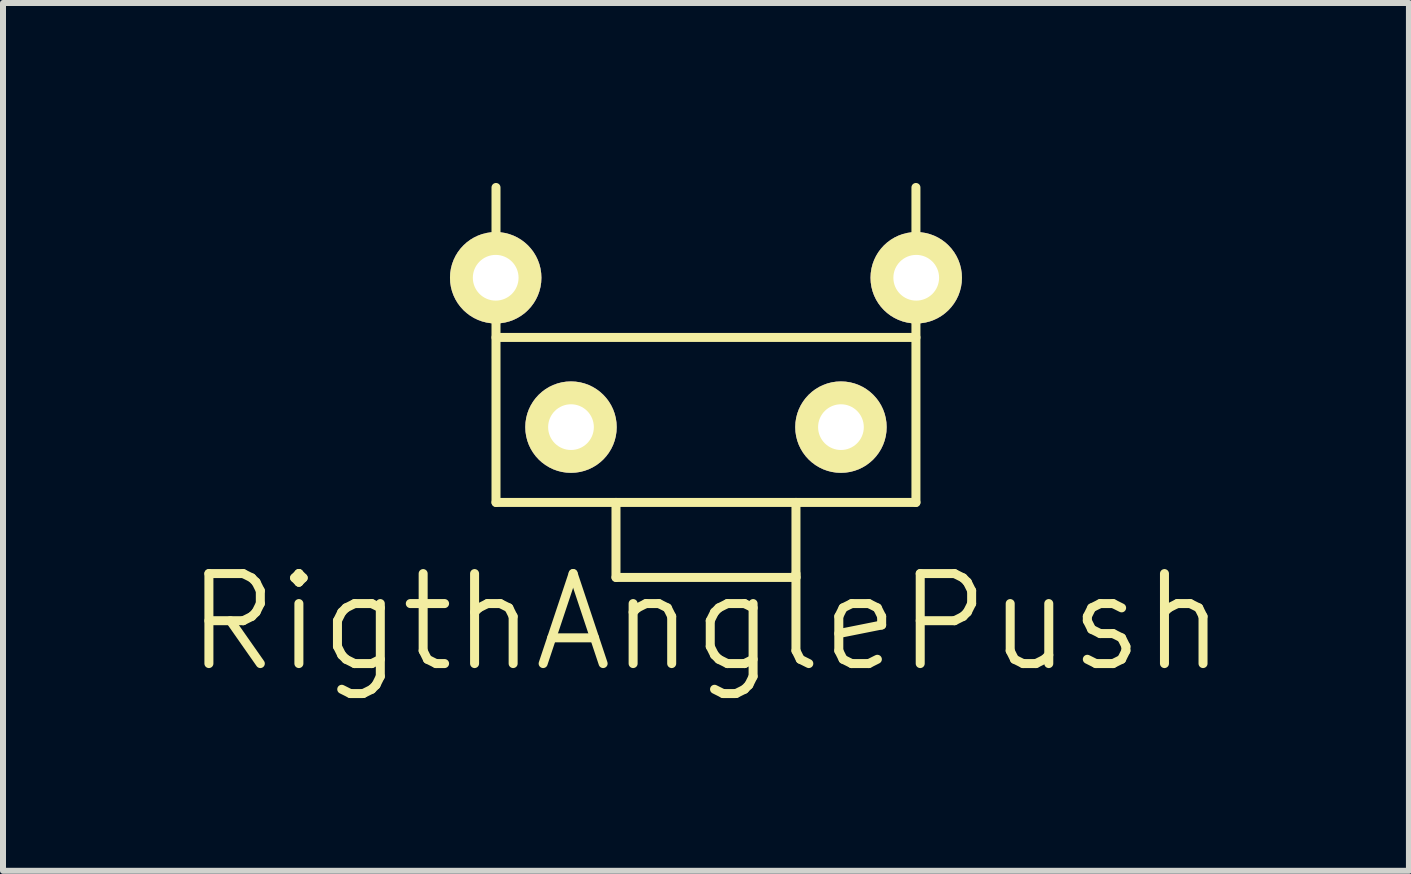
<source format=kicad_pcb>
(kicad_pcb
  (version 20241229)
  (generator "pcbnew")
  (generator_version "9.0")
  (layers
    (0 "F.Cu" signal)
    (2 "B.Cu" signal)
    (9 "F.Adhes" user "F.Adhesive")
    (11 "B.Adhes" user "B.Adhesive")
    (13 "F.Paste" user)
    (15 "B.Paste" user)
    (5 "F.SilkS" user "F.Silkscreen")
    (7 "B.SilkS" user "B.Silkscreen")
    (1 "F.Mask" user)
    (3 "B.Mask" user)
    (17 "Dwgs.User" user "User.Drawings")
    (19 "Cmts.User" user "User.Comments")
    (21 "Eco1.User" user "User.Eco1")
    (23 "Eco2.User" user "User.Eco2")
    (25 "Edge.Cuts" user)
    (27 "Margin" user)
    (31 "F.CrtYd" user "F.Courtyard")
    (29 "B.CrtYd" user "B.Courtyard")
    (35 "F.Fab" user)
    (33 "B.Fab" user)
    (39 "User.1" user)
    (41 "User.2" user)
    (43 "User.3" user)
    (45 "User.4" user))
  (footprint "RigthAnglePush"
    (layer "F.Cu")
    (at 8.718 2.825)
    (property "Reference" "RigthAnglePush" (at 0 4.5 0) (layer "F.SilkS") (effects (font (size 1.5 1.5) (thickness 0.15))))
    (attr through_hole)
    (fp_line (start -3.5 -2) (end -3.5 -2.75) (stroke (width 0.15) (type solid)) (layer "F.SilkS"))
    (fp_line (start -3.5 -0.5) (end -3.5 2.5) (stroke (width 0.15) (type solid)) (layer "F.SilkS"))
    (fp_line (start -3.5 -0.25) (end 3.5 -0.25) (stroke (width 0.15) (type solid)) (layer "F.SilkS"))
    (fp_line (start -3.5 2.5) (end 3.5 2.5) (stroke (width 0.15) (type solid)) (layer "F.SilkS"))
    (fp_line (start -1.5 2.5) (end -1.5 3.75) (stroke (width 0.15) (type solid)) (layer "F.SilkS"))
    (fp_line (start -1.5 3.75) (end 1.5 3.75) (stroke (width 0.15) (type solid)) (layer "F.SilkS"))
    (fp_line (start 1.5 3.75) (end 1.5 2.5) (stroke (width 0.15) (type solid)) (layer "F.SilkS"))
    (fp_line (start 3.5 -2) (end 3.5 -2.75) (stroke (width 0.15) (type solid)) (layer "F.SilkS"))
    (fp_line (start 3.5 -0.5) (end 3.5 2.5) (stroke (width 0.15) (type solid)) (layer "F.SilkS"))
    (pad "1" thru_hole circle (at -2.25 1.245) (size 1.524 1.524) (drill 0.762) (layers "*.Cu" "*.Mask" "F.SilkS"))
    (pad "2" thru_hole circle (at 2.25 1.245) (size 1.524 1.524) (drill 0.762) (layers "*.Cu" "*.Mask" "F.SilkS"))
    (pad "SH" thru_hole circle (at -3.505 -1.245) (size 1.524 1.524) (drill 0.762) (layers "*.Cu" "*.Mask" "F.SilkS"))
    (pad "SH" thru_hole circle (at 3.505 -1.245) (size 1.524 1.524) (drill 0.762) (layers "*.Cu" "*.Mask" "F.SilkS")))
  (gr_rect
    (start -3 -3)
    (end 20.436 11.466)
    (stroke (width 0.1) (type default))
    (fill no)
    (layer "Edge.Cuts")))
</source>
